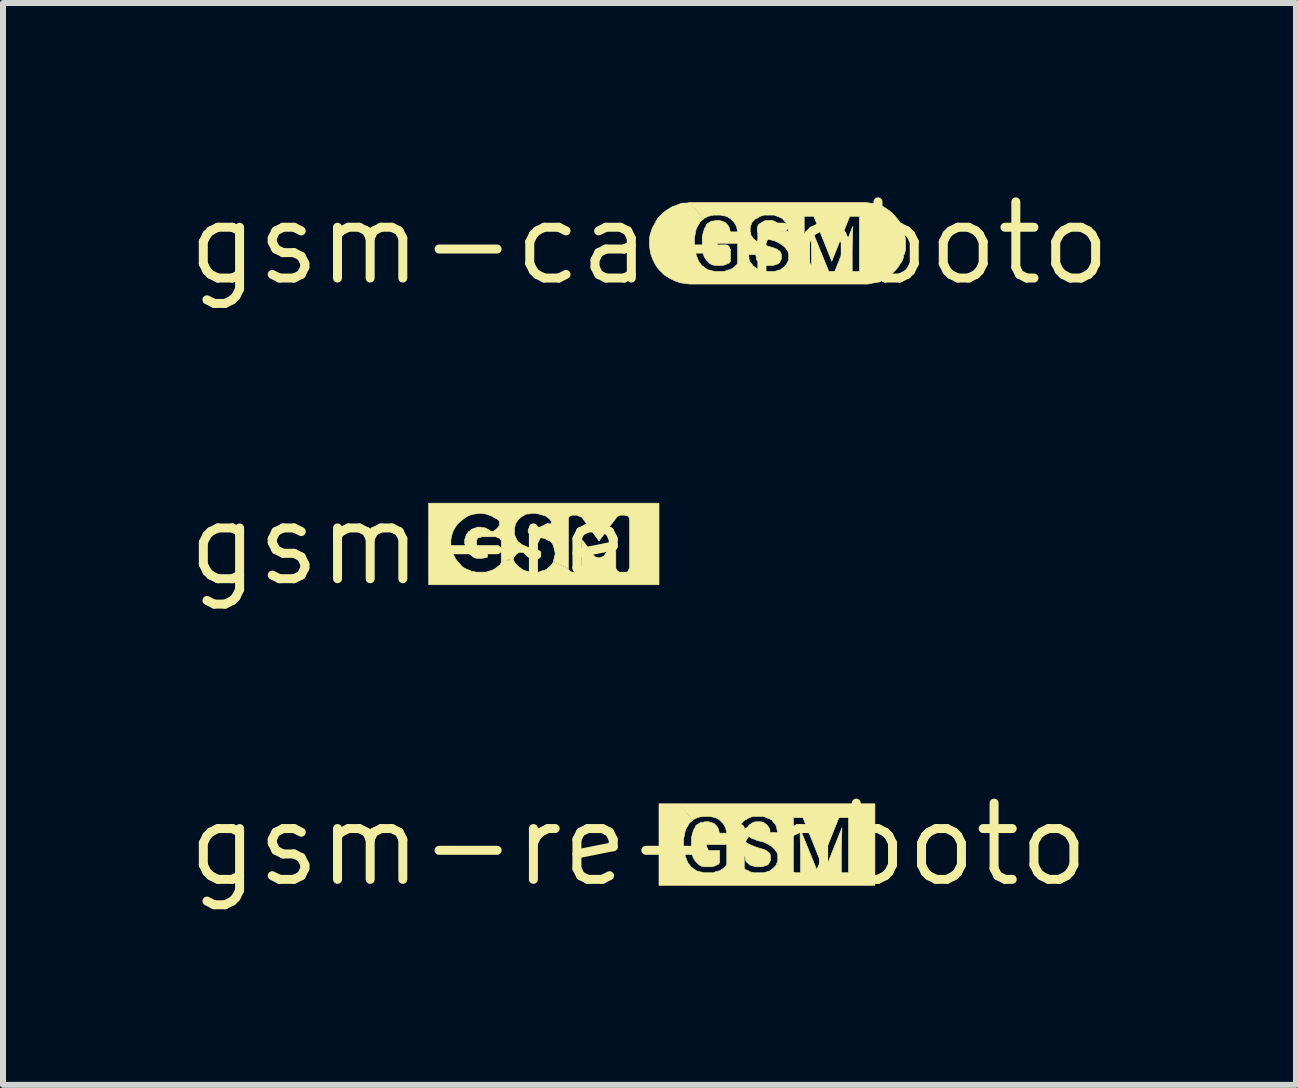
<source format=kicad_pcb>
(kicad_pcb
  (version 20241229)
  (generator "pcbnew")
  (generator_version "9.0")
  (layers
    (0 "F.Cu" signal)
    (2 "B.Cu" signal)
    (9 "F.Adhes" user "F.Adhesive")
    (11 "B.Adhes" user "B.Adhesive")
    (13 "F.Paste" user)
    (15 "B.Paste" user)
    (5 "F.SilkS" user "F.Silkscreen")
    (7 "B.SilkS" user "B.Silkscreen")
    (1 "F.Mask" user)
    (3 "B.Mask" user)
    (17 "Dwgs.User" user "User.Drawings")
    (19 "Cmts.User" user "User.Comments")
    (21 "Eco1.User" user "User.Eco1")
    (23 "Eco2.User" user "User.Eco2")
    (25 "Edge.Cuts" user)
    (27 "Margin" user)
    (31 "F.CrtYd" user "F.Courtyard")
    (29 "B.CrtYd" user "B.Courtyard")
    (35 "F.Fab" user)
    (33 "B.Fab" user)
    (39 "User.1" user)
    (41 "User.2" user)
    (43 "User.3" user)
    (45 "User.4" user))
  (footprint "gsm-re-roboto"
    (layer "F.Cu")
    (at 7.597 11.031)
    (property "Reference" "gsm-re-roboto" (at 0 0 0) (layer "F.SilkS") (effects (font (size 1.27 1.27) (thickness 0.15))))
    (attr board_only exclude_from_pos_files exclude_from_bom)
    (fp_poly (pts (xy 0.68 -0.68) (xy 0.34 -0.68) (xy 0.34 0.68) (xy 3.94 0.68) (xy 3.94 -0.68) (xy 0.68 -0.68) (xy 0.9 -0.41) (xy 0.94 -0.43) (xy 0.98 -0.45) (xy 1.02 -0.46) (xy 1.07 -0.47) (xy 1.12 -0.47) (xy 1.18 -0.47) (xy 1.23 -0.46) (xy 1.28 -0.45) (xy 1.32 -0.43) (xy 1.35 -0.41) (xy 1.38 -0.38) (xy 1.41 -0.35) (xy 1.43 -0.32) (xy 1.45 -0.28) (xy 1.46 -0.24) (xy 1.47 -0.19) (xy 1.35 -0.19) (xy 1.34 -0.22) (xy 1.33 -0.26) (xy 1.32 -0.28) (xy 1.3 -0.31) (xy 1.28 -0.33) (xy 1.26 -0.35) (xy 1.23 -0.36) (xy 1.2 -0.37) (xy 1.17 -0.38) (xy 1.14 -0.38) (xy 1.1 -0.38) (xy 1.07 -0.37) (xy 1.04 -0.37) (xy 1.02 -0.36) (xy 0.99 -0.34) (xy 0.97 -0.33) (xy 0.95 -0.31) (xy 0.94 -0.28) (xy 0.92 -0.25) (xy 0.91 -0.22) (xy 0.9 -0.19) (xy 0.89 -0.15) (xy 0.88 -0.11) (xy 0.88 -0.07) (xy 0.88 0.06) (xy 0.88 0.1) (xy 0.89 0.14) (xy 0.9 0.18) (xy 0.91 0.22) (xy 0.93 0.25) (xy 0.95 0.28) (xy 0.98 0.31) (xy 1.01 0.34) (xy 1.05 0.36) (xy 1.09 0.37) (xy 1.14 0.37) (xy 1.21 0.37) (xy 1.26 0.36) (xy 1.28 0.35) (xy 1.3 0.34) (xy 1.33 0.33) (xy 1.35 0.3) (xy 1.35 0.1) (xy 1.13 0.1) (xy 1.13 0) (xy 1.47 0) (xy 1.47 0.34) (xy 1.66 0.26) (xy 1.66 0.23) (xy 1.65 0.19) (xy 1.77 0.19) (xy 1.78 0.22) (xy 1.78 0.25) (xy 1.79 0.28) (xy 1.81 0.3) (xy 1.83 0.32) (xy 1.86 0.34) (xy 1.88 0.35) (xy 1.92 0.36) (xy 1.95 0.37) (xy 1.98 0.37) (xy 2.03 0.37) (xy 2.06 0.37) (xy 2.09 0.36) (xy 2.12 0.35) (xy 2.15 0.34) (xy 2.17 0.32) (xy 2.18 0.3) (xy 2.19 0.28) (xy 2.2 0.26) (xy 2.2 0.24) (xy 2.2 0.21) (xy 2.2 0.19) (xy 2.19 0.16) (xy 2.18 0.14) (xy 2.17 0.13) (xy 2.15 0.12) (xy 2.14 0.11) (xy 2.11 0.09) (xy 2.05 0.07) (xy 1.98 0.05) (xy 1.9 0.02) (xy 1.83 -0.01) (xy 1.8 -0.03) (xy 1.78 -0.04) (xy 1.75 -0.06) (xy 1.73 -0.08) (xy 1.72 -0.1) (xy 1.7 -0.12) (xy 1.69 -0.14) (xy 1.69 -0.17) (xy 1.68 -0.19) (xy 1.68 -0.22) (xy 1.68 -0.25) (xy 1.68 -0.27) (xy 1.69 -0.3) (xy 1.7 -0.32) (xy 1.71 -0.35) (xy 1.73 -0.37) (xy 1.75 -0.39) (xy 1.77 -0.41) (xy 1.8 -0.42) (xy 1.83 -0.44) (xy 1.85 -0.45) (xy 1.88 -0.46) (xy 1.91 -0.47) (xy 1.94 -0.47) (xy 1.98 -0.47) (xy 2.02 -0.47) (xy 2.05 -0.47) (xy 2.08 -0.47) (xy 2.13 -0.45) (xy 2.18 -0.43) (xy 2.22 -0.41) (xy 2.25 -0.37) (xy 2.26 -0.36) (xy 2.28 -0.34) (xy 2.3 -0.29) (xy 2.31 -0.24) (xy 2.32 -0.2) (xy 2.19 -0.2) (xy 2.19 -0.24) (xy 2.18 -0.27) (xy 2.16 -0.3) (xy 2.14 -0.33) (xy 2.11 -0.35) (xy 2.08 -0.37) (xy 2.04 -0.38) (xy 2 -0.38) (xy 1.95 -0.38) (xy 1.91 -0.37) (xy 1.88 -0.35) (xy 1.85 -0.33) (xy 1.83 -0.31) (xy 1.81 -0.28) (xy 1.8 -0.24) (xy 1.8 -0.22) (xy 1.8 -0.21) (xy 1.81 -0.18) (xy 1.82 -0.16) (xy 1.84 -0.14) (xy 1.86 -0.12) (xy 1.89 -0.1) (xy 1.93 -0.09) (xy 1.97 -0.07) (xy 2.09 -0.04) (xy 2.13 -0.02) (xy 2.17 0) (xy 2.2 0.02) (xy 2.24 0.05) (xy 2.27 0.08) (xy 2.29 0.11) (xy 2.3 0.12) (xy 2.31 0.14) (xy 2.32 0.17) (xy 2.32 0.19) (xy 2.32 0.21) (xy 2.32 0.24) (xy 2.32 0.26) (xy 2.32 0.28) (xy 2.3 0.32) (xy 2.58 0.47) (xy 2.58 -0.45) (xy 2.74 -0.45) (xy 3.04 0.3) (xy 3.34 -0.45) (xy 3.5 -0.45) (xy 3.5 0.47) (xy 3.38 0.47) (xy 3.38 0.12) (xy 3.39 -0.28) (xy 3.09 0.47) (xy 2.99 0.47) (xy 2.69 -0.27) (xy 2.7 0.12) (xy 2.7 0.47) (xy 2.58 0.47) (xy 2.3 0.33) (xy 2.28 0.36) (xy 2.25 0.39) (xy 2.21 0.42) (xy 2.19 0.44) (xy 2.15 0.45) (xy 2.12 0.46) (xy 2.08 0.47) (xy 2.04 0.47) (xy 2 0.47) (xy 1.96 0.47) (xy 1.92 0.47) (xy 1.88 0.46) (xy 1.85 0.45) (xy 1.82 0.43) (xy 1.78 0.42) (xy 1.76 0.4) (xy 1.73 0.38) (xy 1.71 0.35) (xy 1.69 0.33) (xy 1.67 0.3) (xy 1.66 0.26) (xy 1.47 0.34) (xy 1.44 0.37) (xy 1.41 0.4) (xy 1.38 0.42) (xy 1.34 0.44) (xy 1.29 0.45) (xy 1.25 0.47) (xy 1.19 0.47) (xy 1.14 0.47) (xy 1.09 0.47) (xy 1.05 0.46) (xy 1.01 0.45) (xy 0.97 0.44) (xy 0.94 0.42) (xy 0.9 0.39) (xy 0.87 0.37) (xy 0.85 0.34) (xy 0.82 0.3) (xy 0.8 0.25) (xy 0.78 0.2) (xy 0.77 0.15) (xy 0.76 0.1) (xy 0.75 0.04) (xy 0.75 -0.05) (xy 0.75 -0.09) (xy 0.76 -0.14) (xy 0.77 -0.19) (xy 0.78 -0.24) (xy 0.8 -0.28) (xy 0.82 -0.31) (xy 0.84 -0.35) (xy 0.87 -0.38) (xy 0.9 -0.4) (xy 0.68 -0.68)) (stroke (width 0.01) (type solid)) (fill yes) (layer "F.SilkS")))
  (footprint "gsm-re"
    (layer "F.Cu")
    (at 3.757 6.019)
    (property "Reference" "gsm-re" (at 0 0 0) (layer "F.SilkS") (effects (font (size 1.27 1.27) (thickness 0.15))))
    (attr board_only exclude_from_pos_files exclude_from_bom)
    (fp_poly (pts (xy 0.68 -0.68) (xy 0.34 -0.68) (xy 0.34 0.68) (xy 4.18 0.68) (xy 4.18 -0.68) (xy 0.68 -0.68) (xy 0.9 -0.4) (xy 0.95 -0.44) (xy 1 -0.47) (xy 1.06 -0.49) (xy 1.11 -0.5) (xy 1.17 -0.51) (xy 1.23 -0.51) (xy 1.29 -0.5) (xy 1.35 -0.48) (xy 1.4 -0.46) (xy 1.45 -0.43) (xy 1.49 -0.41) (xy 1.5 -0.4) (xy 1.52 -0.38) (xy 1.52 -0.36) (xy 1.52 -0.34) (xy 1.52 -0.31) (xy 1.5 -0.28) (xy 1.48 -0.26) (xy 1.45 -0.23) (xy 1.43 -0.22) (xy 1.42 -0.21) (xy 1.4 -0.21) (xy 1.38 -0.21) (xy 1.35 -0.23) (xy 1.3 -0.26) (xy 1.27 -0.27) (xy 1.25 -0.27) (xy 1.2 -0.28) (xy 1.15 -0.28) (xy 1.13 -0.27) (xy 1.1 -0.26) (xy 1.07 -0.25) (xy 1.05 -0.24) (xy 1.03 -0.22) (xy 1 -0.2) (xy 0.99 -0.18) (xy 0.97 -0.16) (xy 0.96 -0.13) (xy 0.95 -0.1) (xy 0.94 -0.07) (xy 0.94 -0.04) (xy 0.94 -0.01) (xy 0.95 0.02) (xy 0.95 0.05) (xy 0.96 0.08) (xy 0.98 0.11) (xy 0.99 0.14) (xy 1.01 0.16) (xy 1.04 0.18) (xy 1.06 0.2) (xy 1.09 0.22) (xy 1.11 0.23) (xy 1.14 0.24) (xy 1.18 0.24) (xy 1.23 0.24) (xy 1.28 0.23) (xy 1.32 0.22) (xy 1.32 0.07) (xy 1.21 0.07) (xy 1.18 0.07) (xy 1.17 0.07) (xy 1.16 0.06) (xy 1.15 0.05) (xy 1.14 0.04) (xy 1.14 0.01) (xy 1.14 -0.04) (xy 1.14 -0.06) (xy 1.15 -0.09) (xy 1.16 -0.1) (xy 1.18 -0.11) (xy 1.2 -0.11) (xy 1.23 -0.12) (xy 1.46 -0.12) (xy 1.48 -0.11) (xy 1.5 -0.1) (xy 1.52 -0.1) (xy 1.53 -0.08) (xy 1.54 -0.07) (xy 1.55 -0.06) (xy 1.55 -0.04) (xy 1.55 -0.02) (xy 1.55 0.28) (xy 1.75 0.25) (xy 1.76 0.24) (xy 1.76 0.22) (xy 1.77 0.21) (xy 1.8 0.17) (xy 1.82 0.16) (xy 1.84 0.14) (xy 1.86 0.14) (xy 1.88 0.14) (xy 1.89 0.14) (xy 1.91 0.14) (xy 1.94 0.16) (xy 1.99 0.21) (xy 2.02 0.23) (xy 2.06 0.25) (xy 2.07 0.25) (xy 2.09 0.26) (xy 2.12 0.26) (xy 2.14 0.25) (xy 2.16 0.25) (xy 2.18 0.24) (xy 2.2 0.22) (xy 2.21 0.21) (xy 2.21 0.19) (xy 2.21 0.17) (xy 2.21 0.15) (xy 2.21 0.13) (xy 2.19 0.12) (xy 2.18 0.11) (xy 2.16 0.1) (xy 2.13 0.09) (xy 2.07 0.08) (xy 2.02 0.06) (xy 1.98 0.05) (xy 1.94 0.03) (xy 1.89 0.01) (xy 1.87 -0.01) (xy 1.84 -0.03) (xy 1.82 -0.05) (xy 1.8 -0.09) (xy 1.78 -0.13) (xy 1.77 -0.17) (xy 1.77 -0.21) (xy 1.77 -0.26) (xy 1.78 -0.3) (xy 1.79 -0.34) (xy 1.81 -0.37) (xy 1.83 -0.4) (xy 1.85 -0.42) (xy 1.87 -0.44) (xy 1.9 -0.46) (xy 1.92 -0.47) (xy 1.95 -0.49) (xy 1.98 -0.5) (xy 2.01 -0.5) (xy 2.05 -0.51) (xy 2.09 -0.51) (xy 2.13 -0.51) (xy 2.17 -0.5) (xy 2.21 -0.49) (xy 2.24 -0.48) (xy 2.28 -0.47) (xy 2.3 -0.46) (xy 2.35 -0.42) (xy 2.37 -0.4) (xy 2.38 -0.38) (xy 2.39 -0.36) (xy 2.39 -0.35) (xy 2.39 -0.34) (xy 2.37 -0.31) (xy 2.35 -0.27) (xy 2.32 -0.24) (xy 2.31 -0.23) (xy 2.29 -0.23) (xy 2.27 -0.22) (xy 2.25 -0.23) (xy 2.23 -0.23) (xy 2.2 -0.25) (xy 2.19 -0.25) (xy 2.17 -0.28) (xy 2.15 -0.29) (xy 2.12 -0.3) (xy 2.08 -0.3) (xy 2.06 -0.29) (xy 2.04 -0.29) (xy 2.03 -0.28) (xy 2.02 -0.27) (xy 2.01 -0.26) (xy 2 -0.24) (xy 2 -0.23) (xy 2 -0.21) (xy 2 -0.19) (xy 2.01 -0.18) (xy 2.02 -0.17) (xy 2.04 -0.16) (xy 2.09 -0.14) (xy 2.23 -0.1) (xy 2.27 -0.09) (xy 2.3 -0.08) (xy 2.33 -0.06) (xy 2.36 -0.05) (xy 2.38 -0.03) (xy 2.4 -0.01) (xy 2.42 0.03) (xy 2.43 0.07) (xy 2.44 0.11) (xy 2.45 0.16) (xy 2.44 0.21) (xy 2.43 0.25) (xy 2.42 0.29) (xy 2.67 0.4) (xy 2.67 -0.41) (xy 2.67 -0.42) (xy 2.67 -0.43) (xy 2.68 -0.45) (xy 2.69 -0.46) (xy 2.71 -0.47) (xy 2.73 -0.48) (xy 2.76 -0.48) (xy 2.79 -0.48) (xy 2.81 -0.48) (xy 2.83 -0.47) (xy 2.88 -0.45) (xy 2.89 -0.45) (xy 3.18 -0.05) (xy 3.38 -0.32) (xy 3.48 -0.45) (xy 3.49 -0.46) (xy 3.51 -0.47) (xy 3.54 -0.48) (xy 3.57 -0.48) (xy 3.61 -0.48) (xy 3.63 -0.47) (xy 3.65 -0.47) (xy 3.67 -0.46) (xy 3.68 -0.44) (xy 3.69 -0.42) (xy 3.69 -0.41) (xy 3.69 0.36) (xy 3.69 0.4) (xy 3.68 0.42) (xy 3.67 0.44) (xy 3.66 0.46) (xy 3.64 0.47) (xy 3.62 0.47) (xy 3.58 0.47) (xy 3.54 0.47) (xy 3.52 0.47) (xy 3.49 0.45) (xy 3.48 0.44) (xy 3.47 0.43) (xy 3.46 0.4) (xy 3.46 0.37) (xy 3.46 -0.08) (xy 3.4 0.01) (xy 3.27 0.19) (xy 3.25 0.21) (xy 3.22 0.22) (xy 3.2 0.23) (xy 3.18 0.23) (xy 3.16 0.23) (xy 3.13 0.22) (xy 3.11 0.21) (xy 3.09 0.19) (xy 3.08 0.18) (xy 2.96 0.01) (xy 2.89 -0.08) (xy 2.89 0.41) (xy 2.89 0.42) (xy 2.88 0.44) (xy 2.86 0.46) (xy 2.84 0.47) (xy 2.81 0.47) (xy 2.77 0.47) (xy 2.73 0.47) (xy 2.71 0.46) (xy 2.7 0.46) (xy 2.69 0.45) (xy 2.67 0.42) (xy 2.67 0.41) (xy 2.42 0.3) (xy 2.4 0.33) (xy 2.37 0.37) (xy 2.34 0.39) (xy 2.31 0.42) (xy 2.27 0.44) (xy 2.22 0.45) (xy 2.18 0.47) (xy 2.14 0.47) (xy 2.09 0.47) (xy 2.05 0.47) (xy 2 0.46) (xy 1.96 0.45) (xy 1.93 0.44) (xy 1.91 0.43) (xy 1.84 0.38) (xy 1.82 0.36) (xy 1.8 0.34) (xy 1.79 0.33) (xy 1.77 0.3) (xy 1.76 0.28) (xy 1.75 0.26) (xy 1.55 0.29) (xy 1.55 0.31) (xy 1.54 0.33) (xy 1.53 0.35) (xy 1.5 0.37) (xy 1.48 0.39) (xy 1.45 0.41) (xy 1.42 0.43) (xy 1.39 0.44) (xy 1.36 0.45) (xy 1.33 0.46) (xy 1.29 0.47) (xy 1.25 0.47) (xy 1.2 0.47) (xy 1.17 0.47) (xy 1.13 0.47) (xy 1.09 0.46) (xy 1.06 0.46) (xy 1.02 0.44) (xy 0.97 0.42) (xy 0.93 0.4) (xy 0.89 0.37) (xy 0.86 0.33) (xy 0.82 0.29) (xy 0.79 0.25) (xy 0.77 0.21) (xy 0.75 0.17) (xy 0.73 0.13) (xy 0.72 0.08) (xy 0.71 0.03) (xy 0.71 -0.02) (xy 0.71 -0.07) (xy 0.72 -0.12) (xy 0.73 -0.16) (xy 0.75 -0.22) (xy 0.78 -0.27) (xy 0.81 -0.32) (xy 0.85 -0.36) (xy 0.9 -0.4) (xy 0.68 -0.68)) (stroke (width 0.01) (type solid)) (fill yes) (layer "F.SilkS")))
  (footprint "gsm-ca-roboto"
    (layer "F.Cu")
    (at 7.778 1.006)
    (property "Reference" "gsm-ca-roboto" (at 0 0 0) (layer "F.SilkS") (effects (font (size 1.27 1.27) (thickness 0.15))))
    (attr board_only exclude_from_pos_files exclude_from_bom)
    (fp_poly (pts (xy 0.68 -0.68) (xy 0.62 -0.67) (xy 0.55 -0.67) (xy 0.49 -0.65) (xy 0.44 -0.63) (xy 0.38 -0.61) (xy 0.33 -0.58) (xy 0.27 -0.54) (xy 0.23 -0.51) (xy 0.18 -0.46) (xy 0.14 -0.42) (xy 0.11 -0.37) (xy 0.08 -0.31) (xy 0.05 -0.26) (xy 0.03 -0.2) (xy 0.01 -0.14) (xy 0 -0.08) (xy 0 -0.02) (xy 0 0.05) (xy 0.01 0.11) (xy 0.02 0.17) (xy 0.04 0.23) (xy 0.06 0.28) (xy 0.09 0.34) (xy 0.12 0.39) (xy 0.16 0.44) (xy 0.2 0.48) (xy 0.25 0.53) (xy 0.3 0.56) (xy 0.35 0.59) (xy 0.41 0.62) (xy 0.46 0.64) (xy 0.52 0.66) (xy 0.6 0.67) (xy 0.67 0.68) (xy 3.6 0.68) (xy 3.5 0.47) (xy 3.38 0.47) (xy 3.38 0.12) (xy 3.39 -0.28) (xy 3.09 0.47) (xy 2.99 0.47) (xy 2.69 -0.27) (xy 2.7 0.12) (xy 2.7 0.47) (xy 2.58 0.47) (xy 2.58 -0.45) (xy 2.74 -0.45) (xy 3.04 0.3) (xy 3.34 -0.45) (xy 3.5 -0.45) (xy 3.5 0.47) (xy 3.6 0.68) (xy 3.64 0.68) (xy 3.69 0.67) (xy 3.74 0.66) (xy 3.79 0.65) (xy 3.84 0.63) (xy 3.88 0.61) (xy 3.93 0.59) (xy 3.97 0.56) (xy 4.01 0.53) (xy 4.05 0.5) (xy 4.09 0.46) (xy 4.12 0.43) (xy 4.15 0.39) (xy 4.18 0.34) (xy 4.21 0.3) (xy 4.23 0.25) (xy 4.24 0.2) (xy 4.26 0.15) (xy 4.27 0.09) (xy 4.27 0.02) (xy 4.27 -0.05) (xy 4.26 -0.11) (xy 4.25 -0.18) (xy 4.23 -0.24) (xy 4.2 -0.3) (xy 4.17 -0.36) (xy 4.13 -0.41) (xy 4.09 -0.46) (xy 4.04 -0.51) (xy 3.99 -0.55) (xy 3.93 -0.59) (xy 3.88 -0.62) (xy 3.81 -0.64) (xy 3.75 -0.66) (xy 3.68 -0.67) (xy 3.6 -0.68) (xy 0.68 -0.68) (xy 0.9 -0.41) (xy 0.94 -0.43) (xy 0.98 -0.45) (xy 1.02 -0.46) (xy 1.07 -0.47) (xy 1.12 -0.47) (xy 1.18 -0.47) (xy 1.23 -0.46) (xy 1.28 -0.45) (xy 1.32 -0.43) (xy 1.35 -0.41) (xy 1.38 -0.38) (xy 1.41 -0.35) (xy 1.43 -0.32) (xy 1.45 -0.28) (xy 1.46 -0.24) (xy 1.47 -0.19) (xy 1.35 -0.19) (xy 1.34 -0.22) (xy 1.33 -0.26) (xy 1.32 -0.28) (xy 1.3 -0.31) (xy 1.28 -0.33) (xy 1.26 -0.35) (xy 1.23 -0.36) (xy 1.2 -0.37) (xy 1.17 -0.38) (xy 1.14 -0.38) (xy 1.1 -0.38) (xy 1.07 -0.37) (xy 1.04 -0.37) (xy 1.02 -0.36) (xy 0.99 -0.34) (xy 0.97 -0.33) (xy 0.95 -0.31) (xy 0.94 -0.28) (xy 0.92 -0.25) (xy 0.91 -0.22) (xy 0.9 -0.19) (xy 0.89 -0.15) (xy 0.88 -0.11) (xy 0.88 -0.07) (xy 0.88 0.06) (xy 0.88 0.1) (xy 0.89 0.14) (xy 0.9 0.18) (xy 0.91 0.22) (xy 0.93 0.25) (xy 0.95 0.28) (xy 0.98 0.31) (xy 1.01 0.34) (xy 1.05 0.36) (xy 1.09 0.37) (xy 1.14 0.37) (xy 1.21 0.37) (xy 1.26 0.36) (xy 1.28 0.35) (xy 1.3 0.34) (xy 1.33 0.33) (xy 1.35 0.3) (xy 1.35 0.1) (xy 1.13 0.1) (xy 1.13 0) (xy 1.47 0) (xy 1.47 0.34) (xy 1.66 0.26) (xy 1.66 0.23) (xy 1.65 0.19) (xy 1.77 0.19) (xy 1.78 0.22) (xy 1.78 0.25) (xy 1.79 0.28) (xy 1.81 0.3) (xy 1.83 0.32) (xy 1.86 0.34) (xy 1.88 0.35) (xy 1.92 0.36) (xy 1.95 0.37) (xy 1.98 0.37) (xy 2.03 0.37) (xy 2.06 0.37) (xy 2.09 0.36) (xy 2.12 0.35) (xy 2.15 0.34) (xy 2.17 0.32) (xy 2.18 0.3) (xy 2.19 0.28) (xy 2.2 0.26) (xy 2.2 0.24) (xy 2.2 0.21) (xy 2.2 0.19) (xy 2.19 0.16) (xy 2.18 0.14) (xy 2.17 0.13) (xy 2.15 0.12) (xy 2.14 0.11) (xy 2.11 0.09) (xy 2.05 0.07) (xy 1.98 0.05) (xy 1.9 0.02) (xy 1.83 -0.01) (xy 1.8 -0.03) (xy 1.78 -0.04) (xy 1.75 -0.06) (xy 1.73 -0.08) (xy 1.72 -0.1) (xy 1.7 -0.12) (xy 1.69 -0.14) (xy 1.69 -0.17) (xy 1.68 -0.19) (xy 1.68 -0.22) (xy 1.68 -0.25) (xy 1.68 -0.27) (xy 1.69 -0.3) (xy 1.7 -0.32) (xy 1.71 -0.35) (xy 1.73 -0.37) (xy 1.75 -0.39) (xy 1.77 -0.41) (xy 1.8 -0.42) (xy 1.83 -0.44) (xy 1.85 -0.45) (xy 1.88 -0.46) (xy 1.91 -0.47) (xy 1.94 -0.47) (xy 1.98 -0.47) (xy 2.02 -0.47) (xy 2.05 -0.47) (xy 2.08 -0.47) (xy 2.13 -0.45) (xy 2.18 -0.43) (xy 2.22 -0.41) (xy 2.25 -0.37) (xy 2.26 -0.36) (xy 2.28 -0.34) (xy 2.3 -0.29) (xy 2.31 -0.24) (xy 2.32 -0.2) (xy 2.19 -0.2) (xy 2.19 -0.24) (xy 2.18 -0.27) (xy 2.16 -0.3) (xy 2.14 -0.33) (xy 2.11 -0.35) (xy 2.08 -0.37) (xy 2.04 -0.38) (xy 2 -0.38) (xy 1.95 -0.38) (xy 1.91 -0.37) (xy 1.88 -0.35) (xy 1.85 -0.33) (xy 1.83 -0.31) (xy 1.81 -0.28) (xy 1.8 -0.24) (xy 1.8 -0.22) (xy 1.8 -0.21) (xy 1.81 -0.18) (xy 1.82 -0.16) (xy 1.84 -0.14) (xy 1.86 -0.12) (xy 1.89 -0.1) (xy 1.93 -0.09) (xy 1.97 -0.07) (xy 2.09 -0.04) (xy 2.13 -0.02) (xy 2.17 0) (xy 2.2 0.02) (xy 2.24 0.05) (xy 2.27 0.08) (xy 2.29 0.11) (xy 2.3 0.12) (xy 2.31 0.14) (xy 2.32 0.17) (xy 2.32 0.19) (xy 2.32 0.21) (xy 2.32 0.24) (xy 2.32 0.26) (xy 2.32 0.28) (xy 2.3 0.32) (xy 2.28 0.36) (xy 2.25 0.39) (xy 2.21 0.42) (xy 2.19 0.44) (xy 2.15 0.45) (xy 2.12 0.46) (xy 2.08 0.47) (xy 2.04 0.47) (xy 2 0.47) (xy 1.96 0.47) (xy 1.92 0.47) (xy 1.88 0.46) (xy 1.85 0.45) (xy 1.82 0.43) (xy 1.78 0.42) (xy 1.76 0.4) (xy 1.73 0.38) (xy 1.71 0.35) (xy 1.69 0.33) (xy 1.67 0.3) (xy 1.66 0.26) (xy 1.47 0.34) (xy 1.44 0.37) (xy 1.41 0.4) (xy 1.38 0.42) (xy 1.34 0.44) (xy 1.29 0.45) (xy 1.25 0.47) (xy 1.19 0.47) (xy 1.14 0.47) (xy 1.09 0.47) (xy 1.05 0.46) (xy 1.01 0.45) (xy 0.97 0.44) (xy 0.94 0.42) (xy 0.9 0.39) (xy 0.87 0.37) (xy 0.85 0.34) (xy 0.82 0.3) (xy 0.8 0.25) (xy 0.78 0.2) (xy 0.77 0.15) (xy 0.76 0.1) (xy 0.75 0.04) (xy 0.75 -0.05) (xy 0.75 -0.09) (xy 0.76 -0.14) (xy 0.77 -0.19) (xy 0.78 -0.24) (xy 0.8 -0.28) (xy 0.82 -0.31) (xy 0.84 -0.35) (xy 0.87 -0.38) (xy 0.9 -0.4) (xy 0.68 -0.68)) (stroke (width 0.01) (type solid)) (fill yes) (layer "F.SilkS")))
  (gr_rect
    (start -3 -3)
    (end 18.557 15.037)
    (stroke (width 0.1) (type default))
    (fill no)
    (layer "Edge.Cuts")))
</source>
